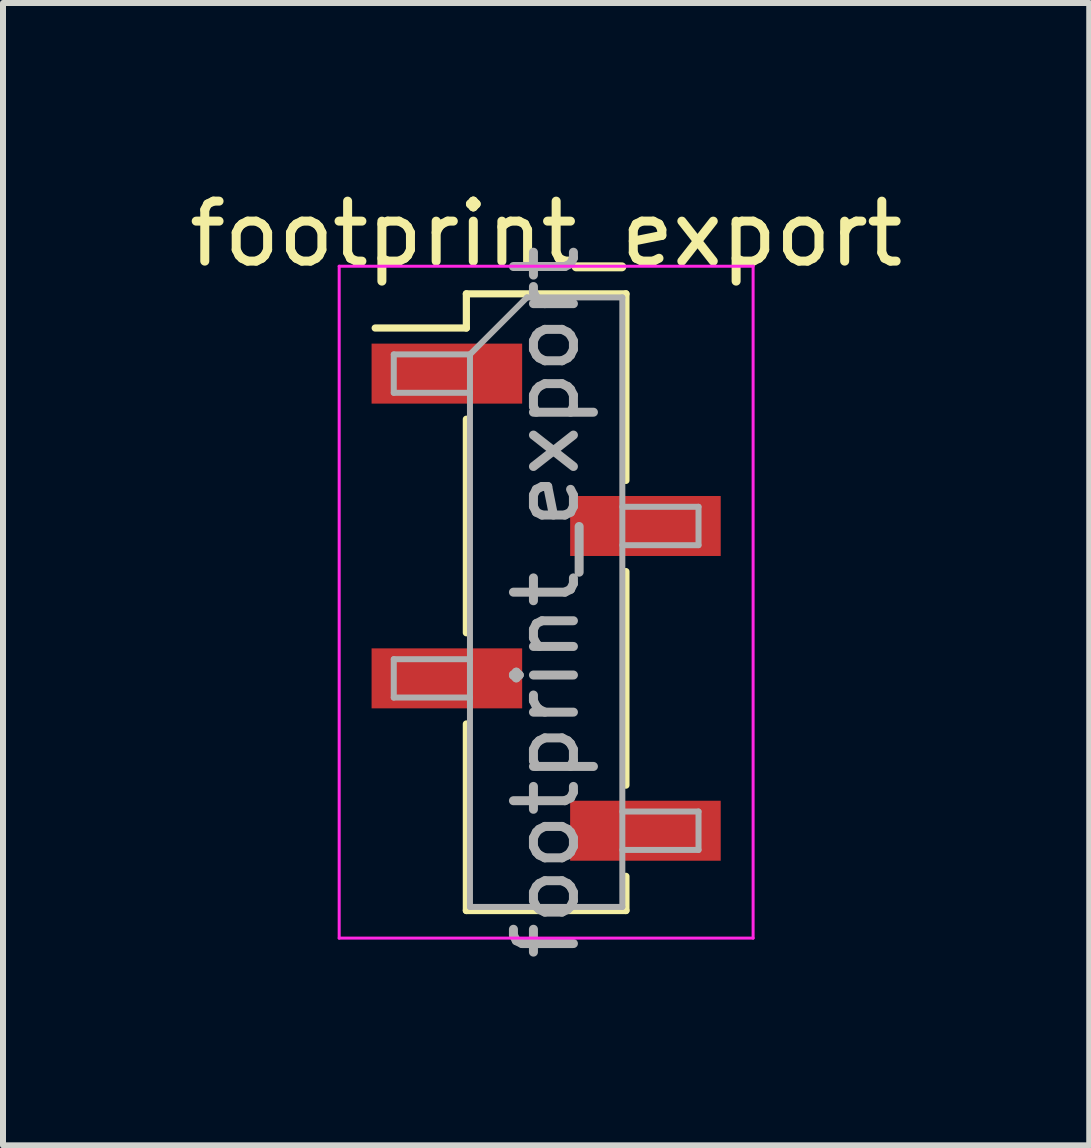
<source format=kicad_pcb>
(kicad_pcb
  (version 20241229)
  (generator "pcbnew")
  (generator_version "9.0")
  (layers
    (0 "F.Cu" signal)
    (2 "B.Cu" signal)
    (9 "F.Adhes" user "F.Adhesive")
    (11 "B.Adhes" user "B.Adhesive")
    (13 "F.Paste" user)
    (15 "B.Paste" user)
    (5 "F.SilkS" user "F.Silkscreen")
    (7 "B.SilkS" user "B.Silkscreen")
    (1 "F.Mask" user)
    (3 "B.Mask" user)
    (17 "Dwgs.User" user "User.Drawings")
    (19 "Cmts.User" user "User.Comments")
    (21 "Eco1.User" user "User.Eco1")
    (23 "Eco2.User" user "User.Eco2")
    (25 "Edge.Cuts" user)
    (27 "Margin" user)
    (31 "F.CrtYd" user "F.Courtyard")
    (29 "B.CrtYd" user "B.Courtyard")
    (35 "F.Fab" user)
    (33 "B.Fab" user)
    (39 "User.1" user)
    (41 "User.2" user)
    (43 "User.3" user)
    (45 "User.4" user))
  (footprint "footprint_export"
    (layer "F.Cu")
    (at 6.054 6.988)
    (property "Reference" "footprint_export" (at 0 -6.14 0) (layer "F.SilkS") (effects (font (size 1 1) (thickness 0.15))))
    (attr smd)
    (fp_line (start -1.33 -5.14) (end -1.33 -4.57) (stroke (width 0.12) (type solid)) (layer "F.SilkS"))
    (fp_line (start -1.33 -5.14) (end 1.33 -5.14) (stroke (width 0.12) (type solid)) (layer "F.SilkS"))
    (fp_line (start -1.33 -4.57) (end -2.85 -4.57) (stroke (width 0.12) (type solid)) (layer "F.SilkS"))
    (fp_line (start -1.33 -3.05) (end -1.33 0.51) (stroke (width 0.12) (type solid)) (layer "F.SilkS"))
    (fp_line (start -1.33 2.03) (end -1.33 5.14) (stroke (width 0.12) (type solid)) (layer "F.SilkS"))
    (fp_line (start -1.33 5.14) (end 1.33 5.14) (stroke (width 0.12) (type solid)) (layer "F.SilkS"))
    (fp_line (start 1.33 -5.14) (end 1.33 -2.03) (stroke (width 0.12) (type solid)) (layer "F.SilkS"))
    (fp_line (start 1.33 -0.51) (end 1.33 3.05) (stroke (width 0.12) (type solid)) (layer "F.SilkS"))
    (fp_line (start 1.33 4.57) (end 1.33 5.14) (stroke (width 0.12) (type solid)) (layer "F.SilkS"))
    (fp_line (start -3.45 -5.6) (end -3.45 5.6) (stroke (width 0.05) (type solid)) (layer "F.CrtYd"))
    (fp_line (start -3.45 5.6) (end 3.45 5.6) (stroke (width 0.05) (type solid)) (layer "F.CrtYd"))
    (fp_line (start 3.45 -5.6) (end -3.45 -5.6) (stroke (width 0.05) (type solid)) (layer "F.CrtYd"))
    (fp_line (start 3.45 5.6) (end 3.45 -5.6) (stroke (width 0.05) (type solid)) (layer "F.CrtYd"))
    (fp_line (start -2.54 -4.13) (end -2.54 -3.49) (stroke (width 0.1) (type solid)) (layer "F.Fab"))
    (fp_line (start -2.54 -3.49) (end -1.27 -3.49) (stroke (width 0.1) (type solid)) (layer "F.Fab"))
    (fp_line (start -2.54 0.95) (end -2.54 1.59) (stroke (width 0.1) (type solid)) (layer "F.Fab"))
    (fp_line (start -2.54 1.59) (end -1.27 1.59) (stroke (width 0.1) (type solid)) (layer "F.Fab"))
    (fp_line (start -1.27 -4.13) (end -2.54 -4.13) (stroke (width 0.1) (type solid)) (layer "F.Fab"))
    (fp_line (start -1.27 -4.13) (end -0.32 -5.08) (stroke (width 0.1) (type solid)) (layer "F.Fab"))
    (fp_line (start -1.27 0.95) (end -2.54 0.95) (stroke (width 0.1) (type solid)) (layer "F.Fab"))
    (fp_line (start -1.27 5.08) (end -1.27 -4.13) (stroke (width 0.1) (type solid)) (layer "F.Fab"))
    (fp_line (start -0.32 -5.08) (end 1.27 -5.08) (stroke (width 0.1) (type solid)) (layer "F.Fab"))
    (fp_line (start 1.27 -5.08) (end 1.27 5.08) (stroke (width 0.1) (type solid)) (layer "F.Fab"))
    (fp_line (start 1.27 -1.59) (end 2.54 -1.59) (stroke (width 0.1) (type solid)) (layer "F.Fab"))
    (fp_line (start 1.27 3.49) (end 2.54 3.49) (stroke (width 0.1) (type solid)) (layer "F.Fab"))
    (fp_line (start 1.27 5.08) (end -1.27 5.08) (stroke (width 0.1) (type solid)) (layer "F.Fab"))
    (fp_line (start 2.54 -1.59) (end 2.54 -0.95) (stroke (width 0.1) (type solid)) (layer "F.Fab"))
    (fp_line (start 2.54 -0.95) (end 1.27 -0.95) (stroke (width 0.1) (type solid)) (layer "F.Fab"))
    (fp_line (start 2.54 3.49) (end 2.54 4.13) (stroke (width 0.1) (type solid)) (layer "F.Fab"))
    (fp_line (start 2.54 4.13) (end 1.27 4.13) (stroke (width 0.1) (type solid)) (layer "F.Fab"))
    (fp_text user "${REFERENCE}" (at 0 0 90) (layer "F.Fab") (effects (font (size 1 1) (thickness 0.15))))
    (pad "1" smd rect (at -1.655 -3.81) (size 2.51 1) (layers "F.Cu" "F.Mask" "F.Paste"))
    (pad "2" smd rect (at 1.655 -1.27) (size 2.51 1) (layers "F.Cu" "F.Mask" "F.Paste"))
    (pad "3" smd rect (at -1.655 1.27) (size 2.51 1) (layers "F.Cu" "F.Mask" "F.Paste"))
    (pad "4" smd rect (at 1.655 3.81) (size 2.51 1) (layers "F.Cu" "F.Mask" "F.Paste")))
  (gr_rect
    (start -3 -3)
    (end 15.107 16.042)
    (stroke (width 0.1) (type default))
    (fill no)
    (layer "Edge.Cuts")))
</source>
